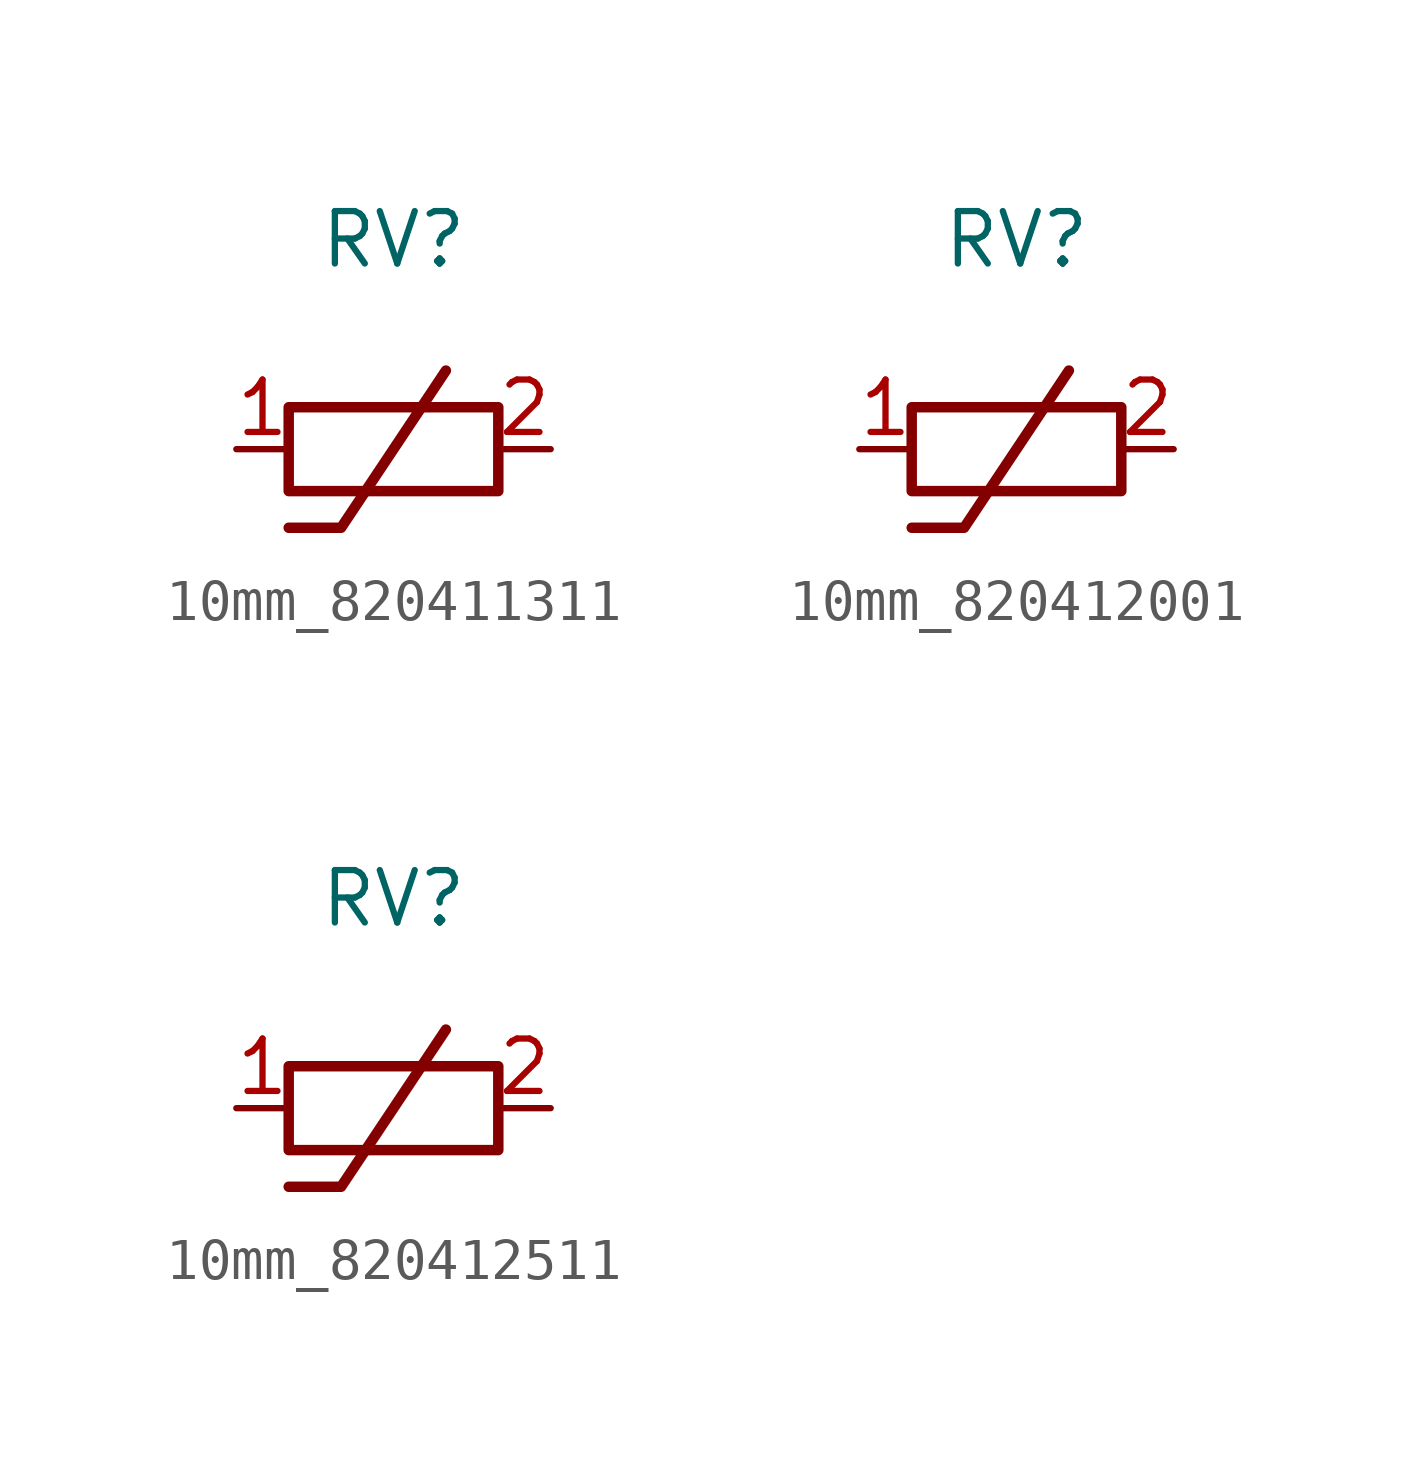
<source format=kicad_sym>
(kicad_symbol_lib
  (version 20220914)
  (generator kicad_symbol_editor)
  (symbol "10mm_820411311"
    (pin_names hide)
    (property "Reference" "RV"
      (at 0 5.08 0)
      (effects (font (size 1.27 1.27))))
    (symbol "10mm_820411311_0_1"
      (rectangle (start -2.54 1.016) (end 2.54 -1.016) (stroke (width 0.254) (type default)) (fill (type none))))
    (symbol "10mm_820411311_1_1"
      (polyline (pts (xy -2.54 -1.905) (xy -1.27 -1.905) (xy 1.27 1.905)) (stroke (width 0.254) (type default)) (fill (type none)))
      (pin passive line (at -3.81 0 0) (length 1.27) (name "~" (effects (font (size 1.27 1.27)))) (number "1" (effects (font (size 1.27 1.27)))))
      (pin passive line (at 3.81 0 180) (length 1.27) (name "~" (effects (font (size 1.27 1.27)))) (number "2" (effects (font (size 1.27 1.27)))))))
  (symbol "10mm_820412001"
    (pin_names hide)
    (property "Reference" "RV"
      (at 0 5.08 0)
      (effects (font (size 1.27 1.27))))
    (symbol "10mm_820412001_0_1"
      (rectangle (start -2.54 1.016) (end 2.54 -1.016) (stroke (width 0.254) (type default)) (fill (type none))))
    (symbol "10mm_820412001_1_1"
      (polyline (pts (xy -2.54 -1.905) (xy -1.27 -1.905) (xy 1.27 1.905)) (stroke (width 0.254) (type default)) (fill (type none)))
      (pin passive line (at -3.81 0 0) (length 1.27) (name "~" (effects (font (size 1.27 1.27)))) (number "1" (effects (font (size 1.27 1.27)))))
      (pin passive line (at 3.81 0 180) (length 1.27) (name "~" (effects (font (size 1.27 1.27)))) (number "2" (effects (font (size 1.27 1.27)))))))
  (symbol "10mm_820412511"
    (pin_names hide)
    (property "Reference" "RV"
      (at 0 5.08 0)
      (effects (font (size 1.27 1.27))))
    (symbol "10mm_820412511_0_1"
      (rectangle (start -2.54 1.016) (end 2.54 -1.016) (stroke (width 0.254) (type default)) (fill (type none))))
    (symbol "10mm_820412511_1_1"
      (polyline (pts (xy -2.54 -1.905) (xy -1.27 -1.905) (xy 1.27 1.905)) (stroke (width 0.254) (type default)) (fill (type none)))
      (pin passive line (at -3.81 0 0) (length 1.27) (name "~" (effects (font (size 1.27 1.27)))) (number "1" (effects (font (size 1.27 1.27)))))
      (pin passive line (at 3.81 0 180) (length 1.27) (name "~" (effects (font (size 1.27 1.27)))) (number "2" (effects (font (size 1.27 1.27))))))))
</source>
